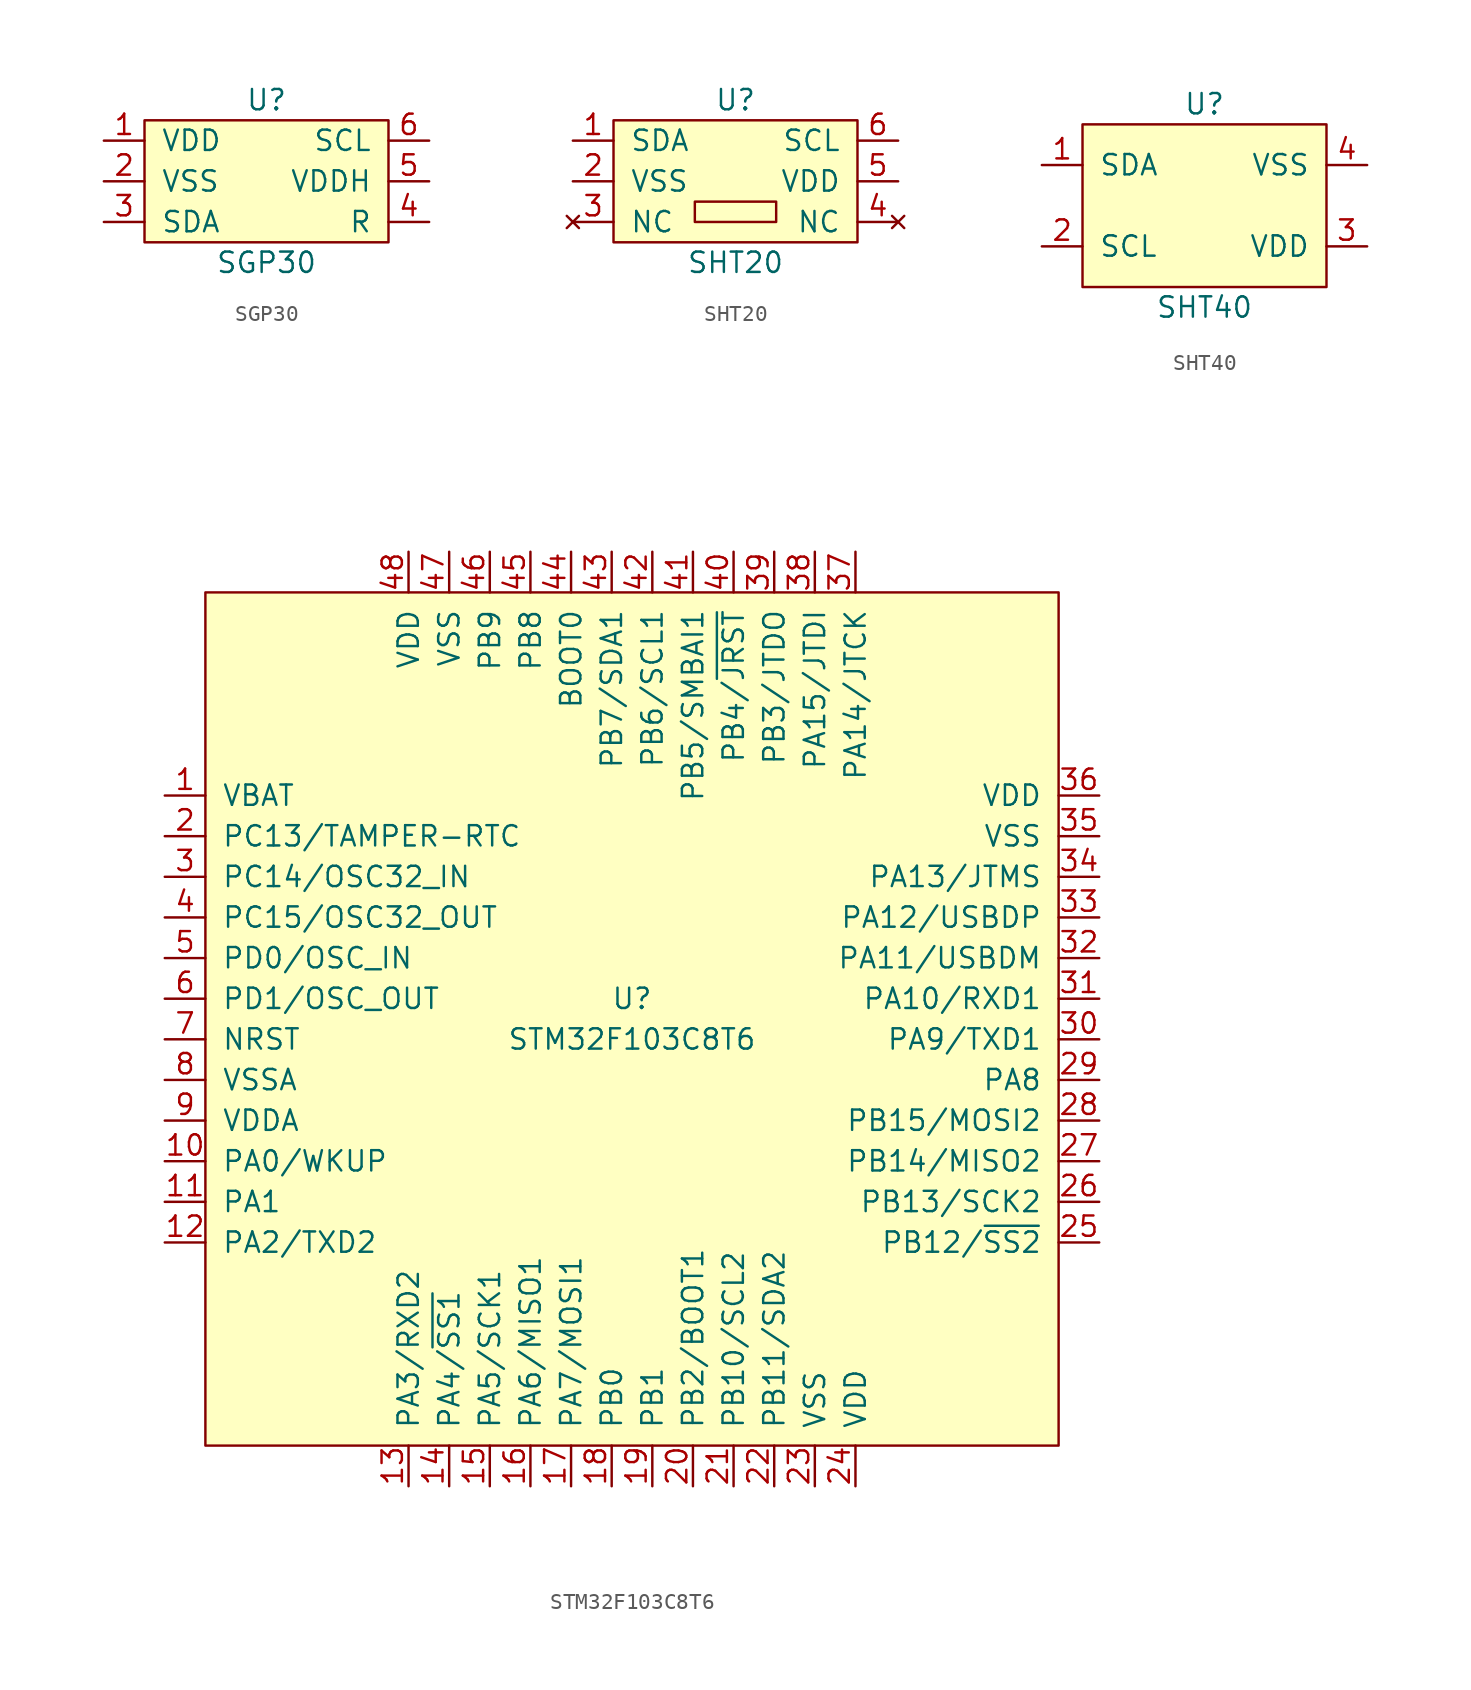
<source format=kicad_sym>
(kicad_symbol_lib
  (version 20211014)
  (generator kicad_symbol_editor)
  (symbol "SGP30"
    (pin_names
      (offset 1.016))
    (property "Reference" "U"
      (at 0 5.08 0)
      (effects (font (size 1.27 1.27))))
    (property "Value" "SGP30"
      (at 0 -5.08 0)
      (effects (font (size 1.27 1.27))))
    (symbol "SGP30_0_1"
      (rectangle (start 7.62 3.81) (end -7.62 -3.81) (stroke (width 0) (type default) (color 0 0 0 0)) (fill (type background))))
    (symbol "SGP30_1_1"
      (pin power_in line (at -10.16 2.54 0) (length 2.54) (name "VDD" (effects (font (size 1.27 1.27)))) (number "1" (effects (font (size 1.27 1.27)))))
      (pin power_in line (at -10.16 0 0) (length 2.54) (name "VSS" (effects (font (size 1.27 1.27)))) (number "2" (effects (font (size 1.27 1.27)))))
      (pin bidirectional line (at -10.16 -2.54 0) (length 2.54) (name "SDA" (effects (font (size 1.27 1.27)))) (number "3" (effects (font (size 1.27 1.27)))))
      (pin tri_state line (at 10.16 -2.54 180) (length 2.54) (name "R" (effects (font (size 1.27 1.27)))) (number "4" (effects (font (size 1.27 1.27)))))
      (pin power_in line (at 10.16 0 180) (length 2.54) (name "VDDH" (effects (font (size 1.27 1.27)))) (number "5" (effects (font (size 1.27 1.27)))))
      (pin input line (at 10.16 2.54 180) (length 2.54) (name "SCL" (effects (font (size 1.27 1.27)))) (number "6" (effects (font (size 1.27 1.27)))))))
  (symbol "SHT20"
    (pin_names
      (offset 1.016))
    (property "Reference" "U"
      (at 0 5.08 0)
      (effects (font (size 1.27 1.27))))
    (property "Value" "SHT20"
      (at 0 -5.08 0)
      (effects (font (size 1.27 1.27))))
    (symbol "SHT20_0_1"
      (rectangle (start -2.54 -2.54) (end 2.54 -1.27) (stroke (width 0) (type default) (color 0 0 0 0)) (fill (type none)))
      (rectangle (start 7.62 3.81) (end -7.62 -3.81) (stroke (width 0) (type default) (color 0 0 0 0)) (fill (type background))))
    (symbol "SHT20_1_1"
      (pin bidirectional line (at -10.16 2.54 0) (length 2.54) (name "SDA" (effects (font (size 1.27 1.27)))) (number "1" (effects (font (size 1.27 1.27)))))
      (pin power_in line (at -10.16 0 0) (length 2.54) (name "VSS" (effects (font (size 1.27 1.27)))) (number "2" (effects (font (size 1.27 1.27)))))
      (pin no_connect line (at -10.16 -2.54 0) (length 2.54) (name "NC" (effects (font (size 1.27 1.27)))) (number "3" (effects (font (size 1.27 1.27)))))
      (pin no_connect line (at 10.16 -2.54 180) (length 2.54) (name "NC" (effects (font (size 1.27 1.27)))) (number "4" (effects (font (size 1.27 1.27)))))
      (pin power_in line (at 10.16 0 180) (length 2.54) (name "VDD" (effects (font (size 1.27 1.27)))) (number "5" (effects (font (size 1.27 1.27)))))
      (pin input line (at 10.16 2.54 180) (length 2.54) (name "SCL" (effects (font (size 1.27 1.27)))) (number "6" (effects (font (size 1.27 1.27)))))))
  (symbol "SHT40"
    (pin_names
      (offset 1.016))
    (property "Reference" "U"
      (at 0 5.08 0)
      (effects (font (size 1.27 1.27))))
    (property "Value" "SHT40"
      (at 0 -7.62 0)
      (effects (font (size 1.27 1.27))))
    (symbol "SHT40_0_1"
      (rectangle (start 7.62 3.81) (end -7.62 -6.35) (stroke (width 0) (type default) (color 0 0 0 0)) (fill (type background))))
    (symbol "SHT40_1_1"
      (pin bidirectional line (at -10.16 1.27 0) (length 2.54) (name "SDA" (effects (font (size 1.27 1.27)))) (number "1" (effects (font (size 1.27 1.27)))))
      (pin input line (at -10.16 -3.81 0) (length 2.54) (name "SCL" (effects (font (size 1.27 1.27)))) (number "2" (effects (font (size 1.27 1.27)))))
      (pin power_in line (at 10.16 -3.81 180) (length 2.54) (name "VDD" (effects (font (size 1.27 1.27)))) (number "3" (effects (font (size 1.27 1.27)))))
      (pin input line (at 10.16 1.27 180) (length 2.54) (name "VSS" (effects (font (size 1.27 1.27)))) (number "4" (effects (font (size 1.27 1.27)))))))
  (symbol "STM32F103C8T6"
    (pin_names
      (offset 1.016))
    (property "Reference" "U"
      (at 0 1.27 0)
      (effects (font (size 1.27 1.27))))
    (property "Value" "STM32F103C8T6"
      (at 0 -1.27 0)
      (effects (font (size 1.27 1.27))))
    (symbol "STM32F103C8T6_0_1"
      (rectangle (start -26.67 -26.67) (end 26.67 26.67) (stroke (width 0) (type default) (color 0 0 0 0)) (fill (type background))))
    (symbol "STM32F103C8T6_1_1"
      (pin power_in line (at -29.21 13.97 0) (length 2.54) (name "VBAT" (effects (font (size 1.27 1.27)))) (number "1" (effects (font (size 1.27 1.27)))))
      (pin bidirectional line (at -29.21 -8.89 0) (length 2.54) (name "PA0/WKUP" (effects (font (size 1.27 1.27)))) (number "10" (effects (font (size 1.27 1.27)))))
      (pin bidirectional line (at -29.21 -11.43 0) (length 2.54) (name "PA1" (effects (font (size 1.27 1.27)))) (number "11" (effects (font (size 1.27 1.27)))))
      (pin bidirectional line (at -29.21 -13.97 0) (length 2.54) (name "PA2/TXD2" (effects (font (size 1.27 1.27)))) (number "12" (effects (font (size 1.27 1.27)))))
      (pin bidirectional line (at -13.97 -29.21 90) (length 2.54) (name "PA3/RXD2" (effects (font (size 1.27 1.27)))) (number "13" (effects (font (size 1.27 1.27)))))
      (pin bidirectional line (at -11.43 -29.21 90) (length 2.54) (name "PA4/~{SS1}" (effects (font (size 1.27 1.27)))) (number "14" (effects (font (size 1.27 1.27)))))
      (pin bidirectional line (at -8.89 -29.21 90) (length 2.54) (name "PA5/SCK1" (effects (font (size 1.27 1.27)))) (number "15" (effects (font (size 1.27 1.27)))))
      (pin bidirectional line (at -6.35 -29.21 90) (length 2.54) (name "PA6/MISO1" (effects (font (size 1.27 1.27)))) (number "16" (effects (font (size 1.27 1.27)))))
      (pin bidirectional line (at -3.81 -29.21 90) (length 2.54) (name "PA7/MOSI1" (effects (font (size 1.27 1.27)))) (number "17" (effects (font (size 1.27 1.27)))))
      (pin bidirectional line (at -1.27 -29.21 90) (length 2.54) (name "PB0" (effects (font (size 1.27 1.27)))) (number "18" (effects (font (size 1.27 1.27)))))
      (pin bidirectional line (at 1.27 -29.21 90) (length 2.54) (name "PB1" (effects (font (size 1.27 1.27)))) (number "19" (effects (font (size 1.27 1.27)))))
      (pin bidirectional line (at -29.21 11.43 0) (length 2.54) (name "PC13/TAMPER-RTC" (effects (font (size 1.27 1.27)))) (number "2" (effects (font (size 1.27 1.27)))))
      (pin bidirectional line (at 3.81 -29.21 90) (length 2.54) (name "PB2/BOOT1" (effects (font (size 1.27 1.27)))) (number "20" (effects (font (size 1.27 1.27)))))
      (pin bidirectional line (at 6.35 -29.21 90) (length 2.54) (name "PB10/SCL2" (effects (font (size 1.27 1.27)))) (number "21" (effects (font (size 1.27 1.27)))))
      (pin bidirectional line (at 8.89 -29.21 90) (length 2.54) (name "PB11/SDA2" (effects (font (size 1.27 1.27)))) (number "22" (effects (font (size 1.27 1.27)))))
      (pin power_in line (at 11.43 -29.21 90) (length 2.54) (name "VSS" (effects (font (size 1.27 1.27)))) (number "23" (effects (font (size 1.27 1.27)))))
      (pin power_in line (at 13.97 -29.21 90) (length 2.54) (name "VDD" (effects (font (size 1.27 1.27)))) (number "24" (effects (font (size 1.27 1.27)))))
      (pin bidirectional line (at 29.21 -13.97 180) (length 2.54) (name "PB12/~{SS2}" (effects (font (size 1.27 1.27)))) (number "25" (effects (font (size 1.27 1.27)))))
      (pin output line (at 29.21 -11.43 180) (length 2.54) (name "PB13/SCK2" (effects (font (size 1.27 1.27)))) (number "26" (effects (font (size 1.27 1.27)))))
      (pin bidirectional line (at 29.21 -8.89 180) (length 2.54) (name "PB14/MISO2" (effects (font (size 1.27 1.27)))) (number "27" (effects (font (size 1.27 1.27)))))
      (pin bidirectional line (at 29.21 -6.35 180) (length 2.54) (name "PB15/MOSI2" (effects (font (size 1.27 1.27)))) (number "28" (effects (font (size 1.27 1.27)))))
      (pin bidirectional line (at 29.21 -3.81 180) (length 2.54) (name "PA8" (effects (font (size 1.27 1.27)))) (number "29" (effects (font (size 1.27 1.27)))))
      (pin bidirectional line (at -29.21 8.89 0) (length 2.54) (name "PC14/OSC32_IN" (effects (font (size 1.27 1.27)))) (number "3" (effects (font (size 1.27 1.27)))))
      (pin bidirectional line (at 29.21 -1.27 180) (length 2.54) (name "PA9/TXD1" (effects (font (size 1.27 1.27)))) (number "30" (effects (font (size 1.27 1.27)))))
      (pin bidirectional line (at 29.21 1.27 180) (length 2.54) (name "PA10/RXD1" (effects (font (size 1.27 1.27)))) (number "31" (effects (font (size 1.27 1.27)))))
      (pin bidirectional line (at 29.21 3.81 180) (length 2.54) (name "PA11/USBDM" (effects (font (size 1.27 1.27)))) (number "32" (effects (font (size 1.27 1.27)))))
      (pin bidirectional line (at 29.21 6.35 180) (length 2.54) (name "PA12/USBDP" (effects (font (size 1.27 1.27)))) (number "33" (effects (font (size 1.27 1.27)))))
      (pin bidirectional line (at 29.21 8.89 180) (length 2.54) (name "PA13/JTMS" (effects (font (size 1.27 1.27)))) (number "34" (effects (font (size 1.27 1.27)))))
      (pin power_in line (at 29.21 11.43 180) (length 2.54) (name "VSS" (effects (font (size 1.27 1.27)))) (number "35" (effects (font (size 1.27 1.27)))))
      (pin power_in line (at 29.21 13.97 180) (length 2.54) (name "VDD" (effects (font (size 1.27 1.27)))) (number "36" (effects (font (size 1.27 1.27)))))
      (pin bidirectional line (at 13.97 29.21 270) (length 2.54) (name "PA14/JTCK" (effects (font (size 1.27 1.27)))) (number "37" (effects (font (size 1.27 1.27)))))
      (pin bidirectional line (at 11.43 29.21 270) (length 2.54) (name "PA15/JTDI" (effects (font (size 1.27 1.27)))) (number "38" (effects (font (size 1.27 1.27)))))
      (pin bidirectional line (at 8.89 29.21 270) (length 2.54) (name "PB3/JTDO" (effects (font (size 1.27 1.27)))) (number "39" (effects (font (size 1.27 1.27)))))
      (pin bidirectional line (at -29.21 6.35 0) (length 2.54) (name "PC15/OSC32_OUT" (effects (font (size 1.27 1.27)))) (number "4" (effects (font (size 1.27 1.27)))))
      (pin bidirectional line (at 6.35 29.21 270) (length 2.54) (name "PB4/~{JRST}" (effects (font (size 1.27 1.27)))) (number "40" (effects (font (size 1.27 1.27)))))
      (pin bidirectional line (at 3.81 29.21 270) (length 2.54) (name "PB5/SMBAI1" (effects (font (size 1.27 1.27)))) (number "41" (effects (font (size 1.27 1.27)))))
      (pin bidirectional line (at 1.27 29.21 270) (length 2.54) (name "PB6/SCL1" (effects (font (size 1.27 1.27)))) (number "42" (effects (font (size 1.27 1.27)))))
      (pin bidirectional line (at -1.27 29.21 270) (length 2.54) (name "PB7/SDA1" (effects (font (size 1.27 1.27)))) (number "43" (effects (font (size 1.27 1.27)))))
      (pin input line (at -3.81 29.21 270) (length 2.54) (name "BOOT0" (effects (font (size 1.27 1.27)))) (number "44" (effects (font (size 1.27 1.27)))))
      (pin bidirectional line (at -6.35 29.21 270) (length 2.54) (name "PB8" (effects (font (size 1.27 1.27)))) (number "45" (effects (font (size 1.27 1.27)))))
      (pin bidirectional line (at -8.89 29.21 270) (length 2.54) (name "PB9" (effects (font (size 1.27 1.27)))) (number "46" (effects (font (size 1.27 1.27)))))
      (pin power_in line (at -11.43 29.21 270) (length 2.54) (name "VSS" (effects (font (size 1.27 1.27)))) (number "47" (effects (font (size 1.27 1.27)))))
      (pin power_in line (at -13.97 29.21 270) (length 2.54) (name "VDD" (effects (font (size 1.27 1.27)))) (number "48" (effects (font (size 1.27 1.27)))))
      (pin bidirectional line (at -29.21 3.81 0) (length 2.54) (name "PD0/OSC_IN" (effects (font (size 1.27 1.27)))) (number "5" (effects (font (size 1.27 1.27)))))
      (pin bidirectional line (at -29.21 1.27 0) (length 2.54) (name "PD1/OSC_OUT" (effects (font (size 1.27 1.27)))) (number "6" (effects (font (size 1.27 1.27)))))
      (pin input line (at -29.21 -1.27 0) (length 2.54) (name "NRST" (effects (font (size 1.27 1.27)))) (number "7" (effects (font (size 1.27 1.27)))))
      (pin power_in line (at -29.21 -3.81 0) (length 2.54) (name "VSSA" (effects (font (size 1.27 1.27)))) (number "8" (effects (font (size 1.27 1.27)))))
      (pin power_in line (at -29.21 -6.35 0) (length 2.54) (name "VDDA" (effects (font (size 1.27 1.27)))) (number "9" (effects (font (size 1.27 1.27))))))))
</source>
